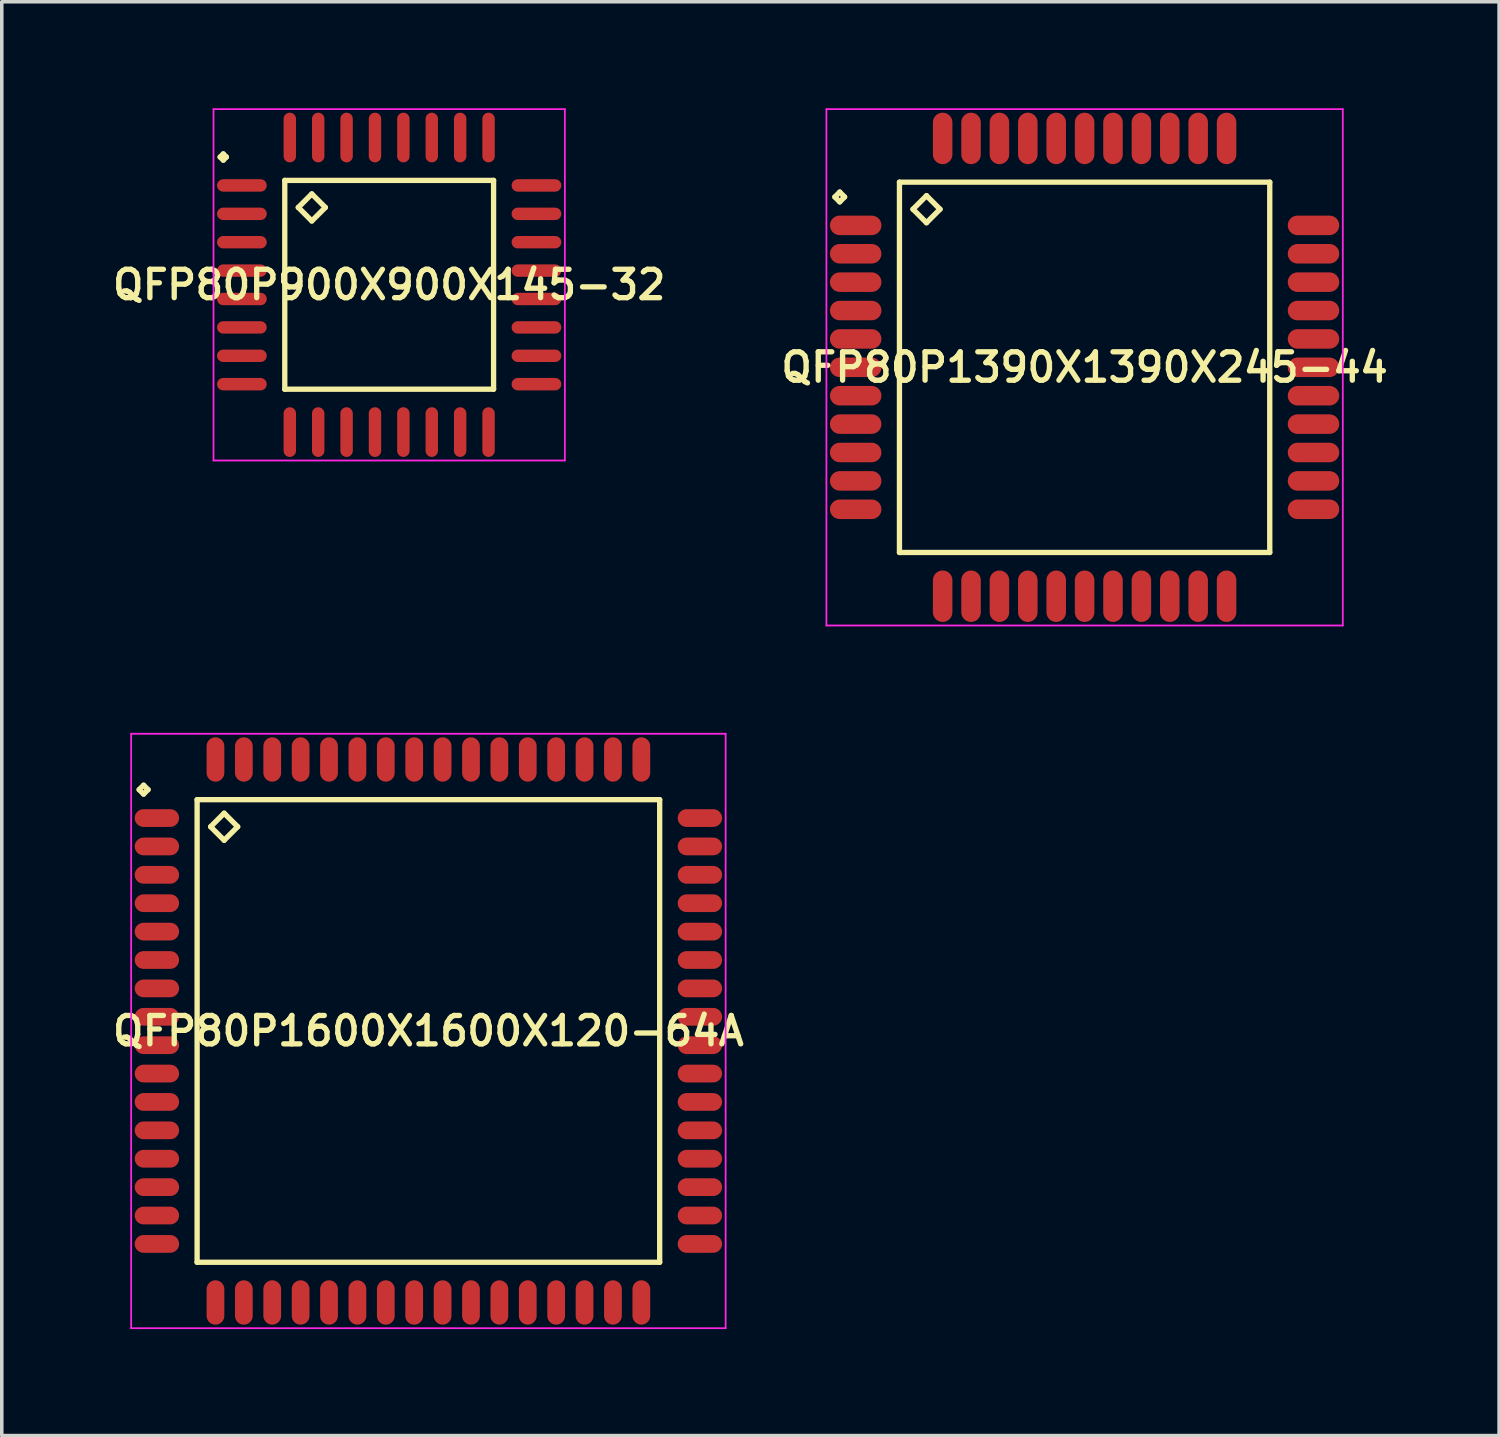
<source format=kicad_pcb>
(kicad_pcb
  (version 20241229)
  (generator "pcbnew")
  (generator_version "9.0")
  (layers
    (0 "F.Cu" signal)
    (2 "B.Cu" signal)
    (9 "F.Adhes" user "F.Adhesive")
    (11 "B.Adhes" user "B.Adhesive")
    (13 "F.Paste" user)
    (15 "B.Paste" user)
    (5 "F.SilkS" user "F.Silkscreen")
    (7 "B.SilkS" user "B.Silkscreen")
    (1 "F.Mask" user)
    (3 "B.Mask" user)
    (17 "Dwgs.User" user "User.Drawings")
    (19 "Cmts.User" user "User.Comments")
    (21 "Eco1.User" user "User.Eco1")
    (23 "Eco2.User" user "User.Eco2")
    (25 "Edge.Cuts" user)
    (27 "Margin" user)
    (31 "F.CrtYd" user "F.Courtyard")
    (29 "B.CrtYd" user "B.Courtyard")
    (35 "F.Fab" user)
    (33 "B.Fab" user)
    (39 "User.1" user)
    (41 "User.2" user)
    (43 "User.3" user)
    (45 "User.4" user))
  (footprint "QFP80P1600X1600X120-64A"
    (layer "F.Cu")
    (at 9.021 26)
    (property "Reference" "QFP80P1600X1600X120-64A" (at 0 0 0) (layer "F.SilkS") (effects (font (size 0.8 0.8) (thickness 0.15))))
    (attr smd)
    (fp_line (start -8.15 -6.8) (end -8.025 -6.925) (stroke (width 0.15) (type solid)) (layer "F.SilkS"))
    (fp_line (start -8.025 -6.925) (end -7.9 -6.8) (stroke (width 0.15) (type solid)) (layer "F.SilkS"))
    (fp_line (start -8.025 -6.675) (end -8.15 -6.8) (stroke (width 0.15) (type solid)) (layer "F.SilkS"))
    (fp_line (start -7.9 -6.8) (end -8.025 -6.675) (stroke (width 0.15) (type solid)) (layer "F.SilkS"))
    (fp_line (start -6.517 -6.517) (end -6.517 6.517) (stroke (width 0.15) (type solid)) (layer "F.SilkS"))
    (fp_line (start -6.517 6.517) (end 6.517 6.517) (stroke (width 0.15) (type solid)) (layer "F.SilkS"))
    (fp_line (start -6.136 -5.755) (end -5.755 -6.136) (stroke (width 0.15) (type solid)) (layer "F.SilkS"))
    (fp_line (start -5.755 -6.136) (end -5.374 -5.755) (stroke (width 0.15) (type solid)) (layer "F.SilkS"))
    (fp_line (start -5.755 -5.374) (end -6.136 -5.755) (stroke (width 0.15) (type solid)) (layer "F.SilkS"))
    (fp_line (start -5.374 -5.755) (end -5.755 -5.374) (stroke (width 0.15) (type solid)) (layer "F.SilkS"))
    (fp_line (start 6.517 -6.517) (end -6.517 -6.517) (stroke (width 0.15) (type solid)) (layer "F.SilkS"))
    (fp_line (start 6.517 6.517) (end 6.517 -6.517) (stroke (width 0.15) (type solid)) (layer "F.SilkS"))
    (fp_line (start -8.375 -8.375) (end 8.375 -8.375) (stroke (width 0.05) (type solid)) (layer "F.CrtYd"))
    (fp_line (start -8.375 8.375) (end -8.375 -8.375) (stroke (width 0.05) (type solid)) (layer "F.CrtYd"))
    (fp_line (start 8.375 -8.375) (end 8.375 8.375) (stroke (width 0.05) (type solid)) (layer "F.CrtYd"))
    (fp_line (start 8.375 8.375) (end -8.375 8.375) (stroke (width 0.05) (type solid)) (layer "F.CrtYd"))
    (pad "1" smd oval (at -7.65 -6) (size 1.25 0.5) (layers "F.Cu" "F.Mask" "F.Paste"))
    (pad "2" smd oval (at -7.65 -5.2) (size 1.25 0.5) (layers "F.Cu" "F.Mask" "F.Paste"))
    (pad "3" smd oval (at -7.65 -4.4) (size 1.25 0.5) (layers "F.Cu" "F.Mask" "F.Paste"))
    (pad "4" smd oval (at -7.65 -3.6) (size 1.25 0.5) (layers "F.Cu" "F.Mask" "F.Paste"))
    (pad "5" smd oval (at -7.65 -2.8) (size 1.25 0.5) (layers "F.Cu" "F.Mask" "F.Paste"))
    (pad "6" smd oval (at -7.65 -2) (size 1.25 0.5) (layers "F.Cu" "F.Mask" "F.Paste"))
    (pad "7" smd oval (at -7.65 -1.2) (size 1.25 0.5) (layers "F.Cu" "F.Mask" "F.Paste"))
    (pad "8" smd oval (at -7.65 -0.4) (size 1.25 0.5) (layers "F.Cu" "F.Mask" "F.Paste"))
    (pad "9" smd oval (at -7.65 0.4) (size 1.25 0.5) (layers "F.Cu" "F.Mask" "F.Paste"))
    (pad "10" smd oval (at -7.65 1.2) (size 1.25 0.5) (layers "F.Cu" "F.Mask" "F.Paste"))
    (pad "11" smd oval (at -7.65 2) (size 1.25 0.5) (layers "F.Cu" "F.Mask" "F.Paste"))
    (pad "12" smd oval (at -7.65 2.8) (size 1.25 0.5) (layers "F.Cu" "F.Mask" "F.Paste"))
    (pad "13" smd oval (at -7.65 3.6) (size 1.25 0.5) (layers "F.Cu" "F.Mask" "F.Paste"))
    (pad "14" smd oval (at -7.65 4.4) (size 1.25 0.5) (layers "F.Cu" "F.Mask" "F.Paste"))
    (pad "15" smd oval (at -7.65 5.2) (size 1.25 0.5) (layers "F.Cu" "F.Mask" "F.Paste"))
    (pad "16" smd oval (at -7.65 6) (size 1.25 0.5) (layers "F.Cu" "F.Mask" "F.Paste"))
    (pad "17" smd oval (at -6 7.65) (size 0.5 1.25) (layers "F.Cu" "F.Mask" "F.Paste"))
    (pad "18" smd oval (at -5.2 7.65) (size 0.5 1.25) (layers "F.Cu" "F.Mask" "F.Paste"))
    (pad "19" smd oval (at -4.4 7.65) (size 0.5 1.25) (layers "F.Cu" "F.Mask" "F.Paste"))
    (pad "20" smd oval (at -3.6 7.65) (size 0.5 1.25) (layers "F.Cu" "F.Mask" "F.Paste"))
    (pad "21" smd oval (at -2.8 7.65) (size 0.5 1.25) (layers "F.Cu" "F.Mask" "F.Paste"))
    (pad "22" smd oval (at -2 7.65) (size 0.5 1.25) (layers "F.Cu" "F.Mask" "F.Paste"))
    (pad "23" smd oval (at -1.2 7.65) (size 0.5 1.25) (layers "F.Cu" "F.Mask" "F.Paste"))
    (pad "24" smd oval (at -0.4 7.65) (size 0.5 1.25) (layers "F.Cu" "F.Mask" "F.Paste"))
    (pad "25" smd oval (at 0.4 7.65) (size 0.5 1.25) (layers "F.Cu" "F.Mask" "F.Paste"))
    (pad "26" smd oval (at 1.2 7.65) (size 0.5 1.25) (layers "F.Cu" "F.Mask" "F.Paste"))
    (pad "27" smd oval (at 2 7.65) (size 0.5 1.25) (layers "F.Cu" "F.Mask" "F.Paste"))
    (pad "28" smd oval (at 2.8 7.65) (size 0.5 1.25) (layers "F.Cu" "F.Mask" "F.Paste"))
    (pad "29" smd oval (at 3.6 7.65) (size 0.5 1.25) (layers "F.Cu" "F.Mask" "F.Paste"))
    (pad "30" smd oval (at 4.4 7.65) (size 0.5 1.25) (layers "F.Cu" "F.Mask" "F.Paste"))
    (pad "31" smd oval (at 5.2 7.65) (size 0.5 1.25) (layers "F.Cu" "F.Mask" "F.Paste"))
    (pad "32" smd oval (at 6 7.65) (size 0.5 1.25) (layers "F.Cu" "F.Mask" "F.Paste"))
    (pad "33" smd oval (at 7.65 6) (size 1.25 0.5) (layers "F.Cu" "F.Mask" "F.Paste"))
    (pad "34" smd oval (at 7.65 5.2) (size 1.25 0.5) (layers "F.Cu" "F.Mask" "F.Paste"))
    (pad "35" smd oval (at 7.65 4.4) (size 1.25 0.5) (layers "F.Cu" "F.Mask" "F.Paste"))
    (pad "36" smd oval (at 7.65 3.6) (size 1.25 0.5) (layers "F.Cu" "F.Mask" "F.Paste"))
    (pad "37" smd oval (at 7.65 2.8) (size 1.25 0.5) (layers "F.Cu" "F.Mask" "F.Paste"))
    (pad "38" smd oval (at 7.65 2) (size 1.25 0.5) (layers "F.Cu" "F.Mask" "F.Paste"))
    (pad "39" smd oval (at 7.65 1.2) (size 1.25 0.5) (layers "F.Cu" "F.Mask" "F.Paste"))
    (pad "40" smd oval (at 7.65 0.4) (size 1.25 0.5) (layers "F.Cu" "F.Mask" "F.Paste"))
    (pad "41" smd oval (at 7.65 -0.4) (size 1.25 0.5) (layers "F.Cu" "F.Mask" "F.Paste"))
    (pad "42" smd oval (at 7.65 -1.2) (size 1.25 0.5) (layers "F.Cu" "F.Mask" "F.Paste"))
    (pad "43" smd oval (at 7.65 -2) (size 1.25 0.5) (layers "F.Cu" "F.Mask" "F.Paste"))
    (pad "44" smd oval (at 7.65 -2.8) (size 1.25 0.5) (layers "F.Cu" "F.Mask" "F.Paste"))
    (pad "45" smd oval (at 7.65 -3.6) (size 1.25 0.5) (layers "F.Cu" "F.Mask" "F.Paste"))
    (pad "46" smd oval (at 7.65 -4.4) (size 1.25 0.5) (layers "F.Cu" "F.Mask" "F.Paste"))
    (pad "47" smd oval (at 7.65 -5.2) (size 1.25 0.5) (layers "F.Cu" "F.Mask" "F.Paste"))
    (pad "48" smd oval (at 7.65 -6) (size 1.25 0.5) (layers "F.Cu" "F.Mask" "F.Paste"))
    (pad "49" smd oval (at 6 -7.65) (size 0.5 1.25) (layers "F.Cu" "F.Mask" "F.Paste"))
    (pad "50" smd oval (at 5.2 -7.65) (size 0.5 1.25) (layers "F.Cu" "F.Mask" "F.Paste"))
    (pad "51" smd oval (at 4.4 -7.65) (size 0.5 1.25) (layers "F.Cu" "F.Mask" "F.Paste"))
    (pad "52" smd oval (at 3.6 -7.65) (size 0.5 1.25) (layers "F.Cu" "F.Mask" "F.Paste"))
    (pad "53" smd oval (at 2.8 -7.65) (size 0.5 1.25) (layers "F.Cu" "F.Mask" "F.Paste"))
    (pad "54" smd oval (at 2 -7.65) (size 0.5 1.25) (layers "F.Cu" "F.Mask" "F.Paste"))
    (pad "55" smd oval (at 1.2 -7.65) (size 0.5 1.25) (layers "F.Cu" "F.Mask" "F.Paste"))
    (pad "56" smd oval (at 0.4 -7.65) (size 0.5 1.25) (layers "F.Cu" "F.Mask" "F.Paste"))
    (pad "57" smd oval (at -0.4 -7.65) (size 0.5 1.25) (layers "F.Cu" "F.Mask" "F.Paste"))
    (pad "58" smd oval (at -1.2 -7.65) (size 0.5 1.25) (layers "F.Cu" "F.Mask" "F.Paste"))
    (pad "59" smd oval (at -2 -7.65) (size 0.5 1.25) (layers "F.Cu" "F.Mask" "F.Paste"))
    (pad "60" smd oval (at -2.8 -7.65) (size 0.5 1.25) (layers "F.Cu" "F.Mask" "F.Paste"))
    (pad "61" smd oval (at -3.6 -7.65) (size 0.5 1.25) (layers "F.Cu" "F.Mask" "F.Paste"))
    (pad "62" smd oval (at -4.4 -7.65) (size 0.5 1.25) (layers "F.Cu" "F.Mask" "F.Paste"))
    (pad "63" smd oval (at -5.2 -7.65) (size 0.5 1.25) (layers "F.Cu" "F.Mask" "F.Paste"))
    (pad "64" smd oval (at -6 -7.65) (size 0.5 1.25) (layers "F.Cu" "F.Mask" "F.Paste")))
  (footprint "QFP80P1390X1390X245-44"
    (layer "F.Cu")
    (at 27.511 7.3)
    (property "Reference" "QFP80P1390X1390X245-44" (at 0 0 0) (layer "F.SilkS") (effects (font (size 0.8 0.8) (thickness 0.15))))
    (attr smd)
    (fp_line (start -7.037 -4.8) (end -6.9 -4.938) (stroke (width 0.15) (type solid)) (layer "F.SilkS"))
    (fp_line (start -6.9 -4.938) (end -6.763 -4.8) (stroke (width 0.15) (type solid)) (layer "F.SilkS"))
    (fp_line (start -6.9 -4.662) (end -7.037 -4.8) (stroke (width 0.15) (type solid)) (layer "F.SilkS"))
    (fp_line (start -6.763 -4.8) (end -6.9 -4.662) (stroke (width 0.15) (type solid)) (layer "F.SilkS"))
    (fp_line (start -5.217 -5.217) (end -5.217 5.217) (stroke (width 0.15) (type solid)) (layer "F.SilkS"))
    (fp_line (start -5.217 5.217) (end 5.217 5.217) (stroke (width 0.15) (type solid)) (layer "F.SilkS"))
    (fp_line (start -4.836 -4.455) (end -4.455 -4.836) (stroke (width 0.15) (type solid)) (layer "F.SilkS"))
    (fp_line (start -4.455 -4.836) (end -4.074 -4.455) (stroke (width 0.15) (type solid)) (layer "F.SilkS"))
    (fp_line (start -4.455 -4.074) (end -4.836 -4.455) (stroke (width 0.15) (type solid)) (layer "F.SilkS"))
    (fp_line (start -4.074 -4.455) (end -4.455 -4.074) (stroke (width 0.15) (type solid)) (layer "F.SilkS"))
    (fp_line (start 5.217 -5.217) (end -5.217 -5.217) (stroke (width 0.15) (type solid)) (layer "F.SilkS"))
    (fp_line (start 5.217 5.217) (end 5.217 -5.217) (stroke (width 0.15) (type solid)) (layer "F.SilkS"))
    (fp_line (start -7.275 -7.275) (end 7.275 -7.275) (stroke (width 0.05) (type solid)) (layer "F.CrtYd"))
    (fp_line (start -7.275 7.275) (end -7.275 -7.275) (stroke (width 0.05) (type solid)) (layer "F.CrtYd"))
    (fp_line (start 7.275 -7.275) (end 7.275 7.275) (stroke (width 0.05) (type solid)) (layer "F.CrtYd"))
    (fp_line (start 7.275 7.275) (end -7.275 7.275) (stroke (width 0.05) (type solid)) (layer "F.CrtYd"))
    (pad "1" smd oval (at -6.45 -4) (size 1.45 0.55) (layers "F.Cu" "F.Mask" "F.Paste"))
    (pad "2" smd oval (at -6.45 -3.2) (size 1.45 0.55) (layers "F.Cu" "F.Mask" "F.Paste"))
    (pad "3" smd oval (at -6.45 -2.4) (size 1.45 0.55) (layers "F.Cu" "F.Mask" "F.Paste"))
    (pad "4" smd oval (at -6.45 -1.6) (size 1.45 0.55) (layers "F.Cu" "F.Mask" "F.Paste"))
    (pad "5" smd oval (at -6.45 -0.8) (size 1.45 0.55) (layers "F.Cu" "F.Mask" "F.Paste"))
    (pad "6" smd oval (at -6.45 0) (size 1.45 0.55) (layers "F.Cu" "F.Mask" "F.Paste"))
    (pad "7" smd oval (at -6.45 0.8) (size 1.45 0.55) (layers "F.Cu" "F.Mask" "F.Paste"))
    (pad "8" smd oval (at -6.45 1.6) (size 1.45 0.55) (layers "F.Cu" "F.Mask" "F.Paste"))
    (pad "9" smd oval (at -6.45 2.4) (size 1.45 0.55) (layers "F.Cu" "F.Mask" "F.Paste"))
    (pad "10" smd oval (at -6.45 3.2) (size 1.45 0.55) (layers "F.Cu" "F.Mask" "F.Paste"))
    (pad "11" smd oval (at -6.45 4) (size 1.45 0.55) (layers "F.Cu" "F.Mask" "F.Paste"))
    (pad "12" smd oval (at -4 6.45) (size 0.55 1.45) (layers "F.Cu" "F.Mask" "F.Paste"))
    (pad "13" smd oval (at -3.2 6.45) (size 0.55 1.45) (layers "F.Cu" "F.Mask" "F.Paste"))
    (pad "14" smd oval (at -2.4 6.45) (size 0.55 1.45) (layers "F.Cu" "F.Mask" "F.Paste"))
    (pad "15" smd oval (at -1.6 6.45) (size 0.55 1.45) (layers "F.Cu" "F.Mask" "F.Paste"))
    (pad "16" smd oval (at -0.8 6.45) (size 0.55 1.45) (layers "F.Cu" "F.Mask" "F.Paste"))
    (pad "17" smd oval (at 0 6.45) (size 0.55 1.45) (layers "F.Cu" "F.Mask" "F.Paste"))
    (pad "18" smd oval (at 0.8 6.45) (size 0.55 1.45) (layers "F.Cu" "F.Mask" "F.Paste"))
    (pad "19" smd oval (at 1.6 6.45) (size 0.55 1.45) (layers "F.Cu" "F.Mask" "F.Paste"))
    (pad "20" smd oval (at 2.4 6.45) (size 0.55 1.45) (layers "F.Cu" "F.Mask" "F.Paste"))
    (pad "21" smd oval (at 3.2 6.45) (size 0.55 1.45) (layers "F.Cu" "F.Mask" "F.Paste"))
    (pad "22" smd oval (at 4 6.45) (size 0.55 1.45) (layers "F.Cu" "F.Mask" "F.Paste"))
    (pad "23" smd oval (at 6.45 4) (size 1.45 0.55) (layers "F.Cu" "F.Mask" "F.Paste"))
    (pad "24" smd oval (at 6.45 3.2) (size 1.45 0.55) (layers "F.Cu" "F.Mask" "F.Paste"))
    (pad "25" smd oval (at 6.45 2.4) (size 1.45 0.55) (layers "F.Cu" "F.Mask" "F.Paste"))
    (pad "26" smd oval (at 6.45 1.6) (size 1.45 0.55) (layers "F.Cu" "F.Mask" "F.Paste"))
    (pad "27" smd oval (at 6.45 0.8) (size 1.45 0.55) (layers "F.Cu" "F.Mask" "F.Paste"))
    (pad "28" smd oval (at 6.45 0) (size 1.45 0.55) (layers "F.Cu" "F.Mask" "F.Paste"))
    (pad "29" smd oval (at 6.45 -0.8) (size 1.45 0.55) (layers "F.Cu" "F.Mask" "F.Paste"))
    (pad "30" smd oval (at 6.45 -1.6) (size 1.45 0.55) (layers "F.Cu" "F.Mask" "F.Paste"))
    (pad "31" smd oval (at 6.45 -2.4) (size 1.45 0.55) (layers "F.Cu" "F.Mask" "F.Paste"))
    (pad "32" smd oval (at 6.45 -3.2) (size 1.45 0.55) (layers "F.Cu" "F.Mask" "F.Paste"))
    (pad "33" smd oval (at 6.45 -4) (size 1.45 0.55) (layers "F.Cu" "F.Mask" "F.Paste"))
    (pad "34" smd oval (at 4 -6.45) (size 0.55 1.45) (layers "F.Cu" "F.Mask" "F.Paste"))
    (pad "35" smd oval (at 3.2 -6.45) (size 0.55 1.45) (layers "F.Cu" "F.Mask" "F.Paste"))
    (pad "36" smd oval (at 2.4 -6.45) (size 0.55 1.45) (layers "F.Cu" "F.Mask" "F.Paste"))
    (pad "37" smd oval (at 1.6 -6.45) (size 0.55 1.45) (layers "F.Cu" "F.Mask" "F.Paste"))
    (pad "38" smd oval (at 0.8 -6.45) (size 0.55 1.45) (layers "F.Cu" "F.Mask" "F.Paste"))
    (pad "39" smd oval (at 0 -6.45) (size 0.55 1.45) (layers "F.Cu" "F.Mask" "F.Paste"))
    (pad "40" smd oval (at -0.8 -6.45) (size 0.55 1.45) (layers "F.Cu" "F.Mask" "F.Paste"))
    (pad "41" smd oval (at -1.6 -6.45) (size 0.55 1.45) (layers "F.Cu" "F.Mask" "F.Paste"))
    (pad "42" smd oval (at -2.4 -6.45) (size 0.55 1.45) (layers "F.Cu" "F.Mask" "F.Paste"))
    (pad "43" smd oval (at -3.2 -6.45) (size 0.55 1.45) (layers "F.Cu" "F.Mask" "F.Paste"))
    (pad "44" smd oval (at -4 -6.45) (size 0.55 1.45) (layers "F.Cu" "F.Mask" "F.Paste")))
  (footprint "QFP80P900X900X145-32"
    (layer "F.Cu")
    (at 7.916 4.975)
    (property "Reference" "QFP80P900X900X145-32" (at 0 0 0) (layer "F.SilkS") (effects (font (size 0.8 0.8) (thickness 0.15))))
    (attr smd)
    (fp_line (start -4.763 -3.6) (end -4.675 -3.688) (stroke (width 0.15) (type solid)) (layer "F.SilkS"))
    (fp_line (start -4.675 -3.688) (end -4.588 -3.6) (stroke (width 0.15) (type solid)) (layer "F.SilkS"))
    (fp_line (start -4.675 -3.513) (end -4.763 -3.6) (stroke (width 0.15) (type solid)) (layer "F.SilkS"))
    (fp_line (start -4.588 -3.6) (end -4.675 -3.513) (stroke (width 0.15) (type solid)) (layer "F.SilkS"))
    (fp_line (start -2.942 -2.942) (end -2.942 2.942) (stroke (width 0.15) (type solid)) (layer "F.SilkS"))
    (fp_line (start -2.942 2.942) (end 2.942 2.942) (stroke (width 0.15) (type solid)) (layer "F.SilkS"))
    (fp_line (start -2.561 -2.18) (end -2.18 -2.561) (stroke (width 0.15) (type solid)) (layer "F.SilkS"))
    (fp_line (start -2.18 -2.561) (end -1.799 -2.18) (stroke (width 0.15) (type solid)) (layer "F.SilkS"))
    (fp_line (start -2.18 -1.799) (end -2.561 -2.18) (stroke (width 0.15) (type solid)) (layer "F.SilkS"))
    (fp_line (start -1.799 -2.18) (end -2.18 -1.799) (stroke (width 0.15) (type solid)) (layer "F.SilkS"))
    (fp_line (start 2.942 -2.942) (end -2.942 -2.942) (stroke (width 0.15) (type solid)) (layer "F.SilkS"))
    (fp_line (start 2.942 2.942) (end 2.942 -2.942) (stroke (width 0.15) (type solid)) (layer "F.SilkS"))
    (fp_line (start -4.95 -4.95) (end 4.95 -4.95) (stroke (width 0.05) (type solid)) (layer "F.CrtYd"))
    (fp_line (start -4.95 4.95) (end -4.95 -4.95) (stroke (width 0.05) (type solid)) (layer "F.CrtYd"))
    (fp_line (start 4.95 -4.95) (end 4.95 4.95) (stroke (width 0.05) (type solid)) (layer "F.CrtYd"))
    (fp_line (start 4.95 4.95) (end -4.95 4.95) (stroke (width 0.05) (type solid)) (layer "F.CrtYd"))
    (pad "1" smd oval (at -4.15 -2.8) (size 1.4 0.35) (layers "F.Cu" "F.Mask" "F.Paste"))
    (pad "2" smd oval (at -4.15 -2) (size 1.4 0.35) (layers "F.Cu" "F.Mask" "F.Paste"))
    (pad "3" smd oval (at -4.15 -1.2) (size 1.4 0.35) (layers "F.Cu" "F.Mask" "F.Paste"))
    (pad "4" smd oval (at -4.15 -0.4) (size 1.4 0.35) (layers "F.Cu" "F.Mask" "F.Paste"))
    (pad "5" smd oval (at -4.15 0.4) (size 1.4 0.35) (layers "F.Cu" "F.Mask" "F.Paste"))
    (pad "6" smd oval (at -4.15 1.2) (size 1.4 0.35) (layers "F.Cu" "F.Mask" "F.Paste"))
    (pad "7" smd oval (at -4.15 2) (size 1.4 0.35) (layers "F.Cu" "F.Mask" "F.Paste"))
    (pad "8" smd oval (at -4.15 2.8) (size 1.4 0.35) (layers "F.Cu" "F.Mask" "F.Paste"))
    (pad "9" smd oval (at -2.8 4.15) (size 0.35 1.4) (layers "F.Cu" "F.Mask" "F.Paste"))
    (pad "10" smd oval (at -2 4.15) (size 0.35 1.4) (layers "F.Cu" "F.Mask" "F.Paste"))
    (pad "11" smd oval (at -1.2 4.15) (size 0.35 1.4) (layers "F.Cu" "F.Mask" "F.Paste"))
    (pad "12" smd oval (at -0.4 4.15) (size 0.35 1.4) (layers "F.Cu" "F.Mask" "F.Paste"))
    (pad "13" smd oval (at 0.4 4.15) (size 0.35 1.4) (layers "F.Cu" "F.Mask" "F.Paste"))
    (pad "14" smd oval (at 1.2 4.15) (size 0.35 1.4) (layers "F.Cu" "F.Mask" "F.Paste"))
    (pad "15" smd oval (at 2 4.15) (size 0.35 1.4) (layers "F.Cu" "F.Mask" "F.Paste"))
    (pad "16" smd oval (at 2.8 4.15) (size 0.35 1.4) (layers "F.Cu" "F.Mask" "F.Paste"))
    (pad "17" smd oval (at 4.15 2.8) (size 1.4 0.35) (layers "F.Cu" "F.Mask" "F.Paste"))
    (pad "18" smd oval (at 4.15 2) (size 1.4 0.35) (layers "F.Cu" "F.Mask" "F.Paste"))
    (pad "19" smd oval (at 4.15 1.2) (size 1.4 0.35) (layers "F.Cu" "F.Mask" "F.Paste"))
    (pad "20" smd oval (at 4.15 0.4) (size 1.4 0.35) (layers "F.Cu" "F.Mask" "F.Paste"))
    (pad "21" smd oval (at 4.15 -0.4) (size 1.4 0.35) (layers "F.Cu" "F.Mask" "F.Paste"))
    (pad "22" smd oval (at 4.15 -1.2) (size 1.4 0.35) (layers "F.Cu" "F.Mask" "F.Paste"))
    (pad "23" smd oval (at 4.15 -2) (size 1.4 0.35) (layers "F.Cu" "F.Mask" "F.Paste"))
    (pad "24" smd oval (at 4.15 -2.8) (size 1.4 0.35) (layers "F.Cu" "F.Mask" "F.Paste"))
    (pad "25" smd oval (at 2.8 -4.15) (size 0.35 1.4) (layers "F.Cu" "F.Mask" "F.Paste"))
    (pad "26" smd oval (at 2 -4.15) (size 0.35 1.4) (layers "F.Cu" "F.Mask" "F.Paste"))
    (pad "27" smd oval (at 1.2 -4.15) (size 0.35 1.4) (layers "F.Cu" "F.Mask" "F.Paste"))
    (pad "28" smd oval (at 0.4 -4.15) (size 0.35 1.4) (layers "F.Cu" "F.Mask" "F.Paste"))
    (pad "29" smd oval (at -0.4 -4.15) (size 0.35 1.4) (layers "F.Cu" "F.Mask" "F.Paste"))
    (pad "30" smd oval (at -1.2 -4.15) (size 0.35 1.4) (layers "F.Cu" "F.Mask" "F.Paste"))
    (pad "31" smd oval (at -2 -4.15) (size 0.35 1.4) (layers "F.Cu" "F.Mask" "F.Paste"))
    (pad "32" smd oval (at -2.8 -4.15) (size 0.35 1.4) (layers "F.Cu" "F.Mask" "F.Paste")))
  (gr_rect
    (start -3 -3)
    (end 39.19 37.4)
    (stroke (width 0.1) (type default))
    (fill no)
    (layer "Edge.Cuts")))
</source>
